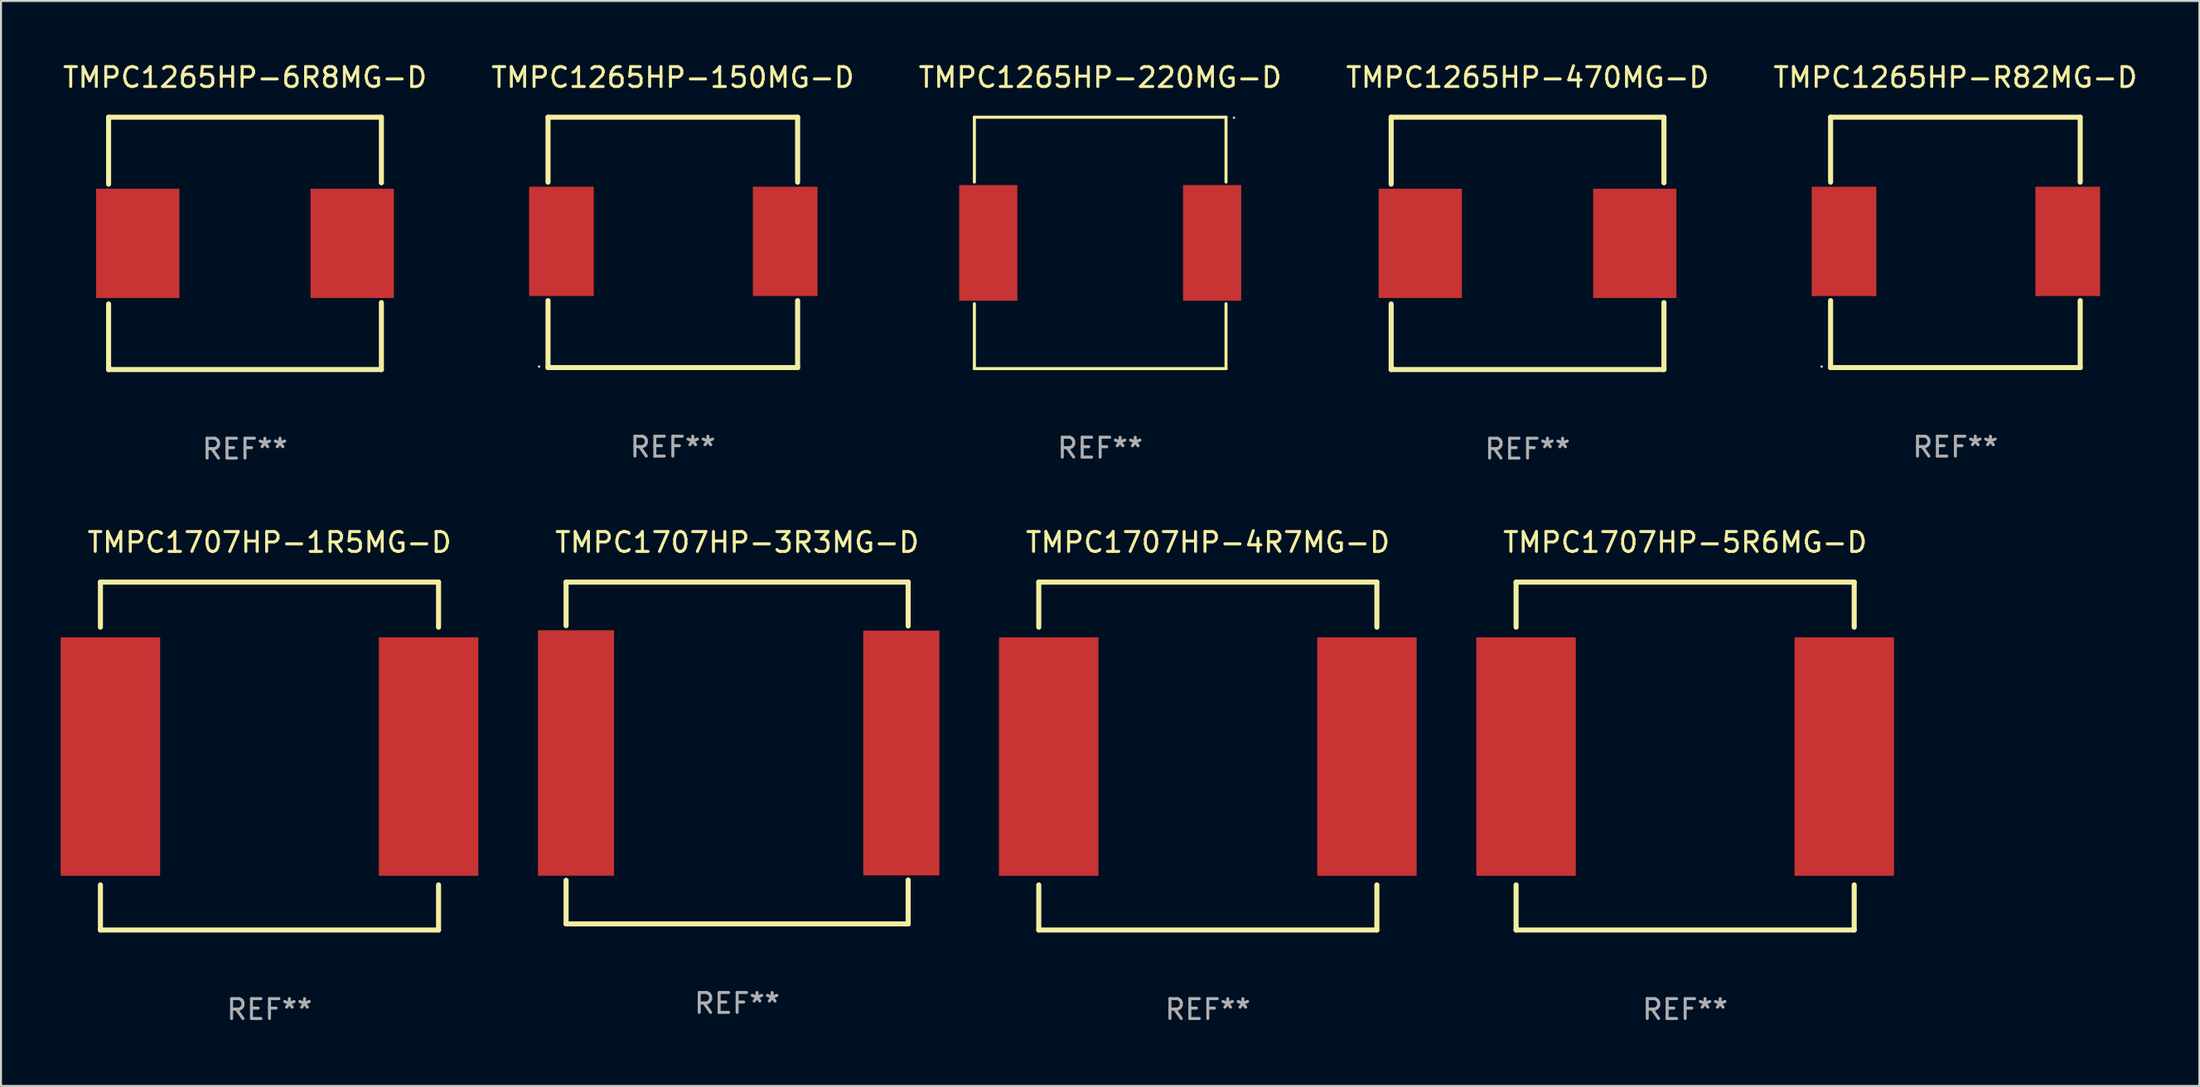
<source format=kicad_pcb>
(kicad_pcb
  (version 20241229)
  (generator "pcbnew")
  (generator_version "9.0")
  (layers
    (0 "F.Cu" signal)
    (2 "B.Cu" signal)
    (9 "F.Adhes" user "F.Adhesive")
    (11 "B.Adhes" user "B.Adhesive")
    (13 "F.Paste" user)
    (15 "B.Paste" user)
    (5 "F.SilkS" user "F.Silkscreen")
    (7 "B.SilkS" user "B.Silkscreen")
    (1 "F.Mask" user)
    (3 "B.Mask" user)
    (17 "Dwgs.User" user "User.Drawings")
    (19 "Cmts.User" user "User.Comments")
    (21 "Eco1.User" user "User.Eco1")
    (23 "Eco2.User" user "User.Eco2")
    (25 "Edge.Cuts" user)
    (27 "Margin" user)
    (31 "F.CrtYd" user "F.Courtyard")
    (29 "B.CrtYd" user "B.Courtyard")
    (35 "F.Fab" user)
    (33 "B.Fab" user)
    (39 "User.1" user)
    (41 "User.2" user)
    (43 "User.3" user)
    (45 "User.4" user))
  (footprint "TMPC1707HP-1R5MG-D"
    (layer "F.Cu")
    (at 10.5 34.999)
    (property "Reference" "TMPC1707HP-1R5MG-D" (at 0 -10.754 0) (layer "F.SilkS") (effects (font (size 1 1) (thickness 0.15))))
    (attr through_hole)
    (fp_line (start -8.5 -8.754) (end -8.5 -6.485) (stroke (width 0.254) (type solid)) (layer "F.SilkS"))
    (fp_line (start -8.5 -8.754) (end 8.5 -8.754) (stroke (width 0.254) (type solid)) (layer "F.SilkS"))
    (fp_line (start -8.5 6.485) (end -8.5 8.754) (stroke (width 0.254) (type solid)) (layer "F.SilkS"))
    (fp_line (start 8.5 -8.754) (end 8.5 -6.485) (stroke (width 0.254) (type solid)) (layer "F.SilkS"))
    (fp_line (start 8.5 6.485) (end 8.5 8.754) (stroke (width 0.254) (type solid)) (layer "F.SilkS"))
    (fp_line (start 8.5 8.754) (end -8.5 8.754) (stroke (width 0.254) (type solid)) (layer "F.SilkS"))
    (fp_circle (center -8.5 8.775) (end -8.47 8.775) (stroke (width 0.06) (type solid)) (fill no) (layer "F.SilkS"))
    (fp_text user "REF**" (at 0 12.754 0) (layer "F.Fab") (effects (font (size 1 1) (thickness 0.15))))
    (pad "1" smd rect (at -8 0.025 90) (size 12 5) (layers "F.Cu" "F.Mask" "F.Paste"))
    (pad "2" smd rect (at 8 0.025 90) (size 12 5) (layers "F.Cu" "F.Mask" "F.Paste")))
  (footprint "TMPC1265HP-150MG-D"
    (layer "F.Cu")
    (at 30.78 9.148)
    (property "Reference" "TMPC1265HP-150MG-D" (at 0 -8.3 0) (layer "F.SilkS") (effects (font (size 1 1) (thickness 0.15))))
    (attr through_hole)
    (fp_line (start -6.275 -6.3) (end 6.275 -6.3) (stroke (width 0.254) (type solid)) (layer "F.SilkS"))
    (fp_line (start -6.275 -3.031) (end -6.275 -6.3) (stroke (width 0.254) (type solid)) (layer "F.SilkS"))
    (fp_line (start -6.275 6.3) (end -6.275 2.931) (stroke (width 0.254) (type solid)) (layer "F.SilkS"))
    (fp_line (start 6.275 -6.3) (end 6.275 -3.031) (stroke (width 0.254) (type solid)) (layer "F.SilkS"))
    (fp_line (start 6.275 2.931) (end 6.275 6.3) (stroke (width 0.254) (type solid)) (layer "F.SilkS"))
    (fp_line (start 6.275 6.3) (end -6.275 6.3) (stroke (width 0.254) (type solid)) (layer "F.SilkS"))
    (fp_circle (center -6.725 6.25) (end -6.695 6.25) (stroke (width 0.06) (type solid)) (fill no) (layer "F.SilkS"))
    (fp_text user "REF**" (at 0 10.3 0) (layer "F.Fab") (effects (font (size 1 1) (thickness 0.15))))
    (pad "1" smd rect (at -5.6 -0.05) (size 3.25 5.5) (layers "F.Cu" "F.Mask" "F.Paste"))
    (pad "2" smd rect (at 5.65 -0.05) (size 3.25 5.5) (layers "F.Cu" "F.Mask" "F.Paste")))
  (footprint "TMPC1707HP-3R3MG-D"
    (layer "F.Cu")
    (at 34.013 34.845)
    (property "Reference" "TMPC1707HP-3R3MG-D" (at 0 -10.6 0) (layer "F.SilkS") (effects (font (size 1 1) (thickness 0.15))))
    (attr through_hole)
    (fp_line (start -8.6 -8.6) (end 8.6 -8.6) (stroke (width 0.254) (type solid)) (layer "F.SilkS"))
    (fp_line (start -8.6 -6.406) (end -8.6 -8.6) (stroke (width 0.254) (type solid)) (layer "F.SilkS"))
    (fp_line (start -8.6 8.6) (end -8.6 6.406) (stroke (width 0.254) (type solid)) (layer "F.SilkS"))
    (fp_line (start -8.6 8.6) (end 8.6 8.6) (stroke (width 0.254) (type solid)) (layer "F.SilkS"))
    (fp_line (start 8.6 -8.6) (end 8.6 -6.391) (stroke (width 0.254) (type solid)) (layer "F.SilkS"))
    (fp_line (start 8.6 6.391) (end 8.6 8.6) (stroke (width 0.254) (type solid)) (layer "F.SilkS"))
    (fp_circle (center -8.575 8.575) (end -8.545 8.575) (stroke (width 0.06) (type solid)) (fill no) (layer "F.SilkS"))
    (fp_text user "REF**" (at 0 12.6 0) (layer "F.Fab") (effects (font (size 1 1) (thickness 0.15))))
    (pad "1" smd rect (at -8.1 0) (size 3.825 12.35) (layers "F.Cu" "F.Mask" "F.Paste"))
    (pad "2" smd rect (at 8.255 0) (size 3.825 12.32) (layers "F.Cu" "F.Mask" "F.Paste")))
  (footprint "TMPC1265HP-6R8MG-D"
    (layer "F.Cu")
    (at 9.268 9.198)
    (property "Reference" "TMPC1265HP-6R8MG-D" (at 0 -8.35 0) (layer "F.SilkS") (effects (font (size 1 1) (thickness 0.15))))
    (attr through_hole)
    (fp_line (start -6.858 -6.35) (end 6.858 -6.35) (stroke (width 0.254) (type solid)) (layer "F.SilkS"))
    (fp_line (start -6.858 -2.981) (end -6.858 -6.35) (stroke (width 0.254) (type solid)) (layer "F.SilkS"))
    (fp_line (start -6.858 6.35) (end -6.858 3.048) (stroke (width 0.254) (type solid)) (layer "F.SilkS"))
    (fp_line (start 6.858 -6.35) (end 6.858 -3.048) (stroke (width 0.254) (type solid)) (layer "F.SilkS"))
    (fp_line (start 6.858 2.981) (end 6.858 6.35) (stroke (width 0.254) (type solid)) (layer "F.SilkS"))
    (fp_line (start 6.858 6.35) (end -6.858 6.35) (stroke (width 0.254) (type solid)) (layer "F.SilkS"))
    (fp_circle (center -6.75 6.25) (end -6.72 6.25) (stroke (width 0.06) (type solid)) (fill no) (layer "F.SilkS"))
    (fp_text user "REF**" (at 0 10.35 0) (layer "F.Fab") (effects (font (size 1 1) (thickness 0.15))))
    (pad "1" smd rect (at -5.392 0) (size 4.185 5.5) (layers "F.Cu" "F.Mask" "F.Paste"))
    (pad "2" smd rect (at 5.392 0) (size 4.185 5.5) (layers "F.Cu" "F.Mask" "F.Paste")))
  (footprint "TMPC1707HP-5R6MG-D"
    (layer "F.Cu")
    (at 81.68 34.999)
    (property "Reference" "TMPC1707HP-5R6MG-D" (at 0 -10.754 0) (layer "F.SilkS") (effects (font (size 1 1) (thickness 0.15))))
    (attr through_hole)
    (fp_line (start -8.5 -8.754) (end -8.5 -6.485) (stroke (width 0.254) (type solid)) (layer "F.SilkS"))
    (fp_line (start -8.5 -8.754) (end 8.5 -8.754) (stroke (width 0.254) (type solid)) (layer "F.SilkS"))
    (fp_line (start -8.5 6.485) (end -8.5 8.754) (stroke (width 0.254) (type solid)) (layer "F.SilkS"))
    (fp_line (start 8.5 -8.754) (end 8.5 -6.485) (stroke (width 0.254) (type solid)) (layer "F.SilkS"))
    (fp_line (start 8.5 6.485) (end 8.5 8.754) (stroke (width 0.254) (type solid)) (layer "F.SilkS"))
    (fp_line (start 8.5 8.754) (end -8.5 8.754) (stroke (width 0.254) (type solid)) (layer "F.SilkS"))
    (fp_circle (center -8.5 8.775) (end -8.47 8.775) (stroke (width 0.06) (type solid)) (fill no) (layer "F.SilkS"))
    (fp_text user "REF**" (at 0 12.754 0) (layer "F.Fab") (effects (font (size 1 1) (thickness 0.15))))
    (pad "1" smd rect (at -8 0.025 90) (size 12 5) (layers "F.Cu" "F.Mask" "F.Paste"))
    (pad "2" smd rect (at 8 0.025 90) (size 12 5) (layers "F.Cu" "F.Mask" "F.Paste")))
  (footprint "TMPC1265HP-R82MG-D"
    (layer "F.Cu")
    (at 95.268 9.148)
    (property "Reference" "TMPC1265HP-R82MG-D" (at 0 -8.3 0) (layer "F.SilkS") (effects (font (size 1 1) (thickness 0.15))))
    (attr through_hole)
    (fp_line (start -6.275 -6.3) (end 6.275 -6.3) (stroke (width 0.254) (type solid)) (layer "F.SilkS"))
    (fp_line (start -6.275 -3.031) (end -6.275 -6.3) (stroke (width 0.254) (type solid)) (layer "F.SilkS"))
    (fp_line (start -6.275 6.3) (end -6.275 2.931) (stroke (width 0.254) (type solid)) (layer "F.SilkS"))
    (fp_line (start 6.275 -6.3) (end 6.275 -3.031) (stroke (width 0.254) (type solid)) (layer "F.SilkS"))
    (fp_line (start 6.275 2.931) (end 6.275 6.3) (stroke (width 0.254) (type solid)) (layer "F.SilkS"))
    (fp_line (start 6.275 6.3) (end -6.275 6.3) (stroke (width 0.254) (type solid)) (layer "F.SilkS"))
    (fp_circle (center -6.725 6.25) (end -6.695 6.25) (stroke (width 0.06) (type solid)) (fill no) (layer "F.SilkS"))
    (fp_text user "REF**" (at 0 10.3 0) (layer "F.Fab") (effects (font (size 1 1) (thickness 0.15))))
    (pad "1" smd rect (at -5.6 -0.05) (size 3.25 5.5) (layers "F.Cu" "F.Mask" "F.Paste"))
    (pad "2" smd rect (at 5.65 -0.05) (size 3.25 5.5) (layers "F.Cu" "F.Mask" "F.Paste")))
  (footprint "TMPC1265HP-220MG-D"
    (layer "F.Cu")
    (at 52.268 9.174)
    (property "Reference" "TMPC1265HP-220MG-D" (at 0 -8.326 0) (layer "F.SilkS") (effects (font (size 1 1) (thickness 0.15))))
    (attr through_hole)
    (fp_line (start -6.326 -6.326) (end 6.326 -6.326) (stroke (width 0.152) (type solid)) (layer "F.SilkS"))
    (fp_line (start -6.326 -3.062) (end -6.326 -6.326) (stroke (width 0.152) (type solid)) (layer "F.SilkS"))
    (fp_line (start -6.326 3.062) (end -6.326 6.326) (stroke (width 0.152) (type solid)) (layer "F.SilkS"))
    (fp_line (start -6.326 6.326) (end 6.326 6.326) (stroke (width 0.152) (type solid)) (layer "F.SilkS"))
    (fp_line (start 6.326 -6.326) (end 6.326 -3.062) (stroke (width 0.152) (type solid)) (layer "F.SilkS"))
    (fp_line (start 6.326 6.326) (end 6.326 3.062) (stroke (width 0.152) (type solid)) (layer "F.SilkS"))
    (fp_circle (center 6.725 -6.3) (end 6.755 -6.3) (stroke (width 0.06) (type solid)) (fill no) (layer "F.SilkS"))
    (fp_text user "REF**" (at 0 10.326 0) (layer "F.Fab") (effects (font (size 1 1) (thickness 0.15))))
    (pad "1" smd rect (at 5.628 0) (size 2.924 5.82) (layers "F.Cu" "F.Mask" "F.Paste"))
    (pad "2" smd rect (at -5.628 0) (size 2.924 5.82) (layers "F.Cu" "F.Mask" "F.Paste")))
  (footprint "TMPC1265HP-470MG-D"
    (layer "F.Cu")
    (at 73.756 9.198)
    (property "Reference" "TMPC1265HP-470MG-D" (at 0 -8.35 0) (layer "F.SilkS") (effects (font (size 1 1) (thickness 0.15))))
    (attr through_hole)
    (fp_line (start -6.858 -6.35) (end 6.858 -6.35) (stroke (width 0.254) (type solid)) (layer "F.SilkS"))
    (fp_line (start -6.858 -2.981) (end -6.858 -6.35) (stroke (width 0.254) (type solid)) (layer "F.SilkS"))
    (fp_line (start -6.858 6.35) (end -6.858 3.048) (stroke (width 0.254) (type solid)) (layer "F.SilkS"))
    (fp_line (start 6.858 -6.35) (end 6.858 -3.048) (stroke (width 0.254) (type solid)) (layer "F.SilkS"))
    (fp_line (start 6.858 2.981) (end 6.858 6.35) (stroke (width 0.254) (type solid)) (layer "F.SilkS"))
    (fp_line (start 6.858 6.35) (end -6.858 6.35) (stroke (width 0.254) (type solid)) (layer "F.SilkS"))
    (fp_circle (center -6.75 6.25) (end -6.72 6.25) (stroke (width 0.06) (type solid)) (fill no) (layer "F.SilkS"))
    (fp_text user "REF**" (at 0 10.35 0) (layer "F.Fab") (effects (font (size 1 1) (thickness 0.15))))
    (pad "1" smd rect (at -5.392 0) (size 4.185 5.5) (layers "F.Cu" "F.Mask" "F.Paste"))
    (pad "2" smd rect (at 5.392 0) (size 4.185 5.5) (layers "F.Cu" "F.Mask" "F.Paste")))
  (footprint "TMPC1707HP-4R7MG-D"
    (layer "F.Cu")
    (at 57.68 34.999)
    (property "Reference" "TMPC1707HP-4R7MG-D" (at 0 -10.754 0) (layer "F.SilkS") (effects (font (size 1 1) (thickness 0.15))))
    (attr through_hole)
    (fp_line (start -8.5 -8.754) (end -8.5 -6.485) (stroke (width 0.254) (type solid)) (layer "F.SilkS"))
    (fp_line (start -8.5 -8.754) (end 8.5 -8.754) (stroke (width 0.254) (type solid)) (layer "F.SilkS"))
    (fp_line (start -8.5 6.485) (end -8.5 8.754) (stroke (width 0.254) (type solid)) (layer "F.SilkS"))
    (fp_line (start 8.5 -8.754) (end 8.5 -6.485) (stroke (width 0.254) (type solid)) (layer "F.SilkS"))
    (fp_line (start 8.5 6.485) (end 8.5 8.754) (stroke (width 0.254) (type solid)) (layer "F.SilkS"))
    (fp_line (start 8.5 8.754) (end -8.5 8.754) (stroke (width 0.254) (type solid)) (layer "F.SilkS"))
    (fp_circle (center -8.5 8.775) (end -8.47 8.775) (stroke (width 0.06) (type solid)) (fill no) (layer "F.SilkS"))
    (fp_text user "REF**" (at 0 12.754 0) (layer "F.Fab") (effects (font (size 1 1) (thickness 0.15))))
    (pad "1" smd rect (at -8 0.025 90) (size 12 5) (layers "F.Cu" "F.Mask" "F.Paste"))
    (pad "2" smd rect (at 8 0.025 90) (size 12 5) (layers "F.Cu" "F.Mask" "F.Paste")))
  (gr_rect
    (start -3 -3)
    (end 107.536 51.601)
    (stroke (width 0.1) (type default))
    (fill no)
    (layer "Edge.Cuts")))
</source>
